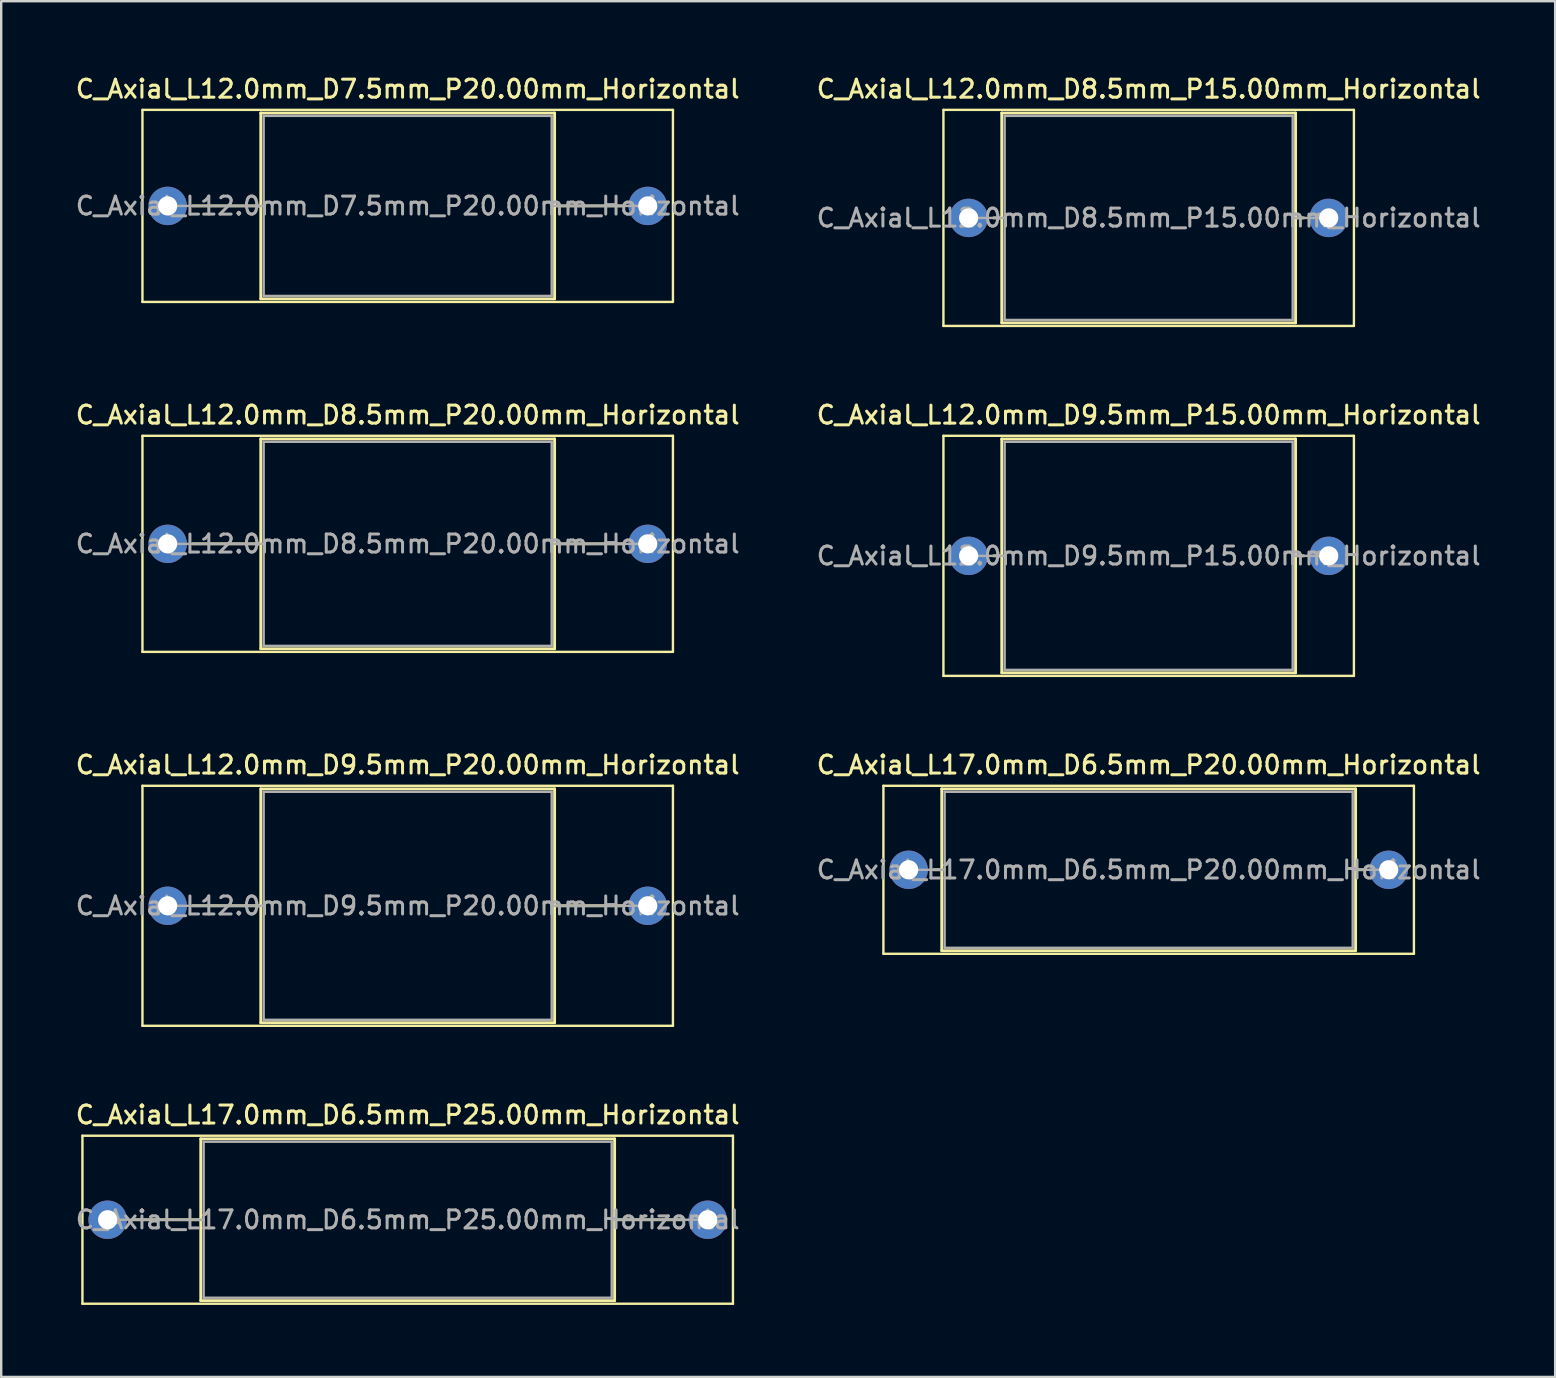
<source format=kicad_pcb>
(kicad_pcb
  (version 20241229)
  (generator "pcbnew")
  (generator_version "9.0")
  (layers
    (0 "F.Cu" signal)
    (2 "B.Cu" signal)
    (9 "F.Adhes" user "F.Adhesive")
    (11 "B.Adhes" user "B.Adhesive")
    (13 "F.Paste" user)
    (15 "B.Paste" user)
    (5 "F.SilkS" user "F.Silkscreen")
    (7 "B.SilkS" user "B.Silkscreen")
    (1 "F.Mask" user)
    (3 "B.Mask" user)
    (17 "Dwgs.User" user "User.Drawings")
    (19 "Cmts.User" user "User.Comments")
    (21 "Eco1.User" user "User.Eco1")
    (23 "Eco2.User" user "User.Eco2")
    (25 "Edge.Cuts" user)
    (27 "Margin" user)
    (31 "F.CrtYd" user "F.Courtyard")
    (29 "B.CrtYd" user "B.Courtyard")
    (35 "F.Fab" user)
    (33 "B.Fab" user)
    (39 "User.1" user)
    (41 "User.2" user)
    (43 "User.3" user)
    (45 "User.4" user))
  (footprint "C_Axial_L12.0mm_D8.5mm_P15.00mm_Horizontal"
    (layer "F.Cu")
    (at 37.302 6.028)
    (property "Reference" "C_Axial_L12.0mm_D8.5mm_P15.00mm_Horizontal" (at 7.5 -5.37 0) (layer "F.SilkS") (effects (font (size 0.75 0.75) (thickness 0.125))))
    (attr through_hole)
    (fp_line (start -1.05 -4.5) (end -1.05 4.5) (stroke (width 0.1) (type solid)) (layer "F.SilkS"))
    (fp_line (start -1.05 4.5) (end 16.05 4.5) (stroke (width 0.1) (type solid)) (layer "F.SilkS"))
    (fp_line (start 1.04 0) (end 1.38 0) (stroke (width 0.12) (type solid)) (layer "F.SilkS"))
    (fp_line (start 1.38 -4.37) (end 1.38 4.37) (stroke (width 0.12) (type solid)) (layer "F.SilkS"))
    (fp_line (start 1.38 4.37) (end 13.62 4.37) (stroke (width 0.12) (type solid)) (layer "F.SilkS"))
    (fp_line (start 13.62 -4.37) (end 1.38 -4.37) (stroke (width 0.12) (type solid)) (layer "F.SilkS"))
    (fp_line (start 13.62 4.37) (end 13.62 -4.37) (stroke (width 0.12) (type solid)) (layer "F.SilkS"))
    (fp_line (start 13.96 0) (end 13.62 0) (stroke (width 0.12) (type solid)) (layer "F.SilkS"))
    (fp_line (start 16.05 -4.5) (end -1.05 -4.5) (stroke (width 0.1) (type solid)) (layer "F.SilkS"))
    (fp_line (start 16.05 4.5) (end 16.05 -4.5) (stroke (width 0.1) (type solid)) (layer "F.SilkS"))
    (fp_line (start 0 0) (end 1.5 0) (stroke (width 0.1) (type solid)) (layer "F.Fab"))
    (fp_line (start 1.5 -4.25) (end 1.5 4.25) (stroke (width 0.1) (type solid)) (layer "F.Fab"))
    (fp_line (start 1.5 4.25) (end 13.5 4.25) (stroke (width 0.1) (type solid)) (layer "F.Fab"))
    (fp_line (start 13.5 -4.25) (end 1.5 -4.25) (stroke (width 0.1) (type solid)) (layer "F.Fab"))
    (fp_line (start 13.5 4.25) (end 13.5 -4.25) (stroke (width 0.1) (type solid)) (layer "F.Fab"))
    (fp_line (start 15 0) (end 13.5 0) (stroke (width 0.1) (type solid)) (layer "F.Fab"))
    (fp_text user "${REFERENCE}" (at 7.5 0 0) (layer "F.Fab") (effects (font (size 0.75 0.75) (thickness 0.125))))
    (pad "1" thru_hole circle (at 0 0) (size 1.6 1.6) (drill 0.8) (layers "*.Cu" "*.Mask"))
    (pad "2" thru_hole oval (at 15 0) (size 1.6 1.6) (drill 0.8) (layers "*.Cu" "*.Mask")))
  (footprint "C_Axial_L17.0mm_D6.5mm_P20.00mm_Horizontal"
    (layer "F.Cu")
    (at 34.802 33.184)
    (property "Reference" "C_Axial_L17.0mm_D6.5mm_P20.00mm_Horizontal" (at 10 -4.37 0) (layer "F.SilkS") (effects (font (size 0.75 0.75) (thickness 0.125))))
    (attr through_hole)
    (fp_line (start -1.05 -3.5) (end -1.05 3.5) (stroke (width 0.1) (type solid)) (layer "F.SilkS"))
    (fp_line (start -1.05 3.5) (end 21.05 3.5) (stroke (width 0.1) (type solid)) (layer "F.SilkS"))
    (fp_line (start 1.04 0) (end 1.38 0) (stroke (width 0.12) (type solid)) (layer "F.SilkS"))
    (fp_line (start 1.38 -3.37) (end 1.38 3.37) (stroke (width 0.12) (type solid)) (layer "F.SilkS"))
    (fp_line (start 1.38 3.37) (end 18.62 3.37) (stroke (width 0.12) (type solid)) (layer "F.SilkS"))
    (fp_line (start 18.62 -3.37) (end 1.38 -3.37) (stroke (width 0.12) (type solid)) (layer "F.SilkS"))
    (fp_line (start 18.62 3.37) (end 18.62 -3.37) (stroke (width 0.12) (type solid)) (layer "F.SilkS"))
    (fp_line (start 18.96 0) (end 18.62 0) (stroke (width 0.12) (type solid)) (layer "F.SilkS"))
    (fp_line (start 21.05 -3.5) (end -1.05 -3.5) (stroke (width 0.1) (type solid)) (layer "F.SilkS"))
    (fp_line (start 21.05 3.5) (end 21.05 -3.5) (stroke (width 0.1) (type solid)) (layer "F.SilkS"))
    (fp_line (start 0 0) (end 1.5 0) (stroke (width 0.1) (type solid)) (layer "F.Fab"))
    (fp_line (start 1.5 -3.25) (end 1.5 3.25) (stroke (width 0.1) (type solid)) (layer "F.Fab"))
    (fp_line (start 1.5 3.25) (end 18.5 3.25) (stroke (width 0.1) (type solid)) (layer "F.Fab"))
    (fp_line (start 18.5 -3.25) (end 1.5 -3.25) (stroke (width 0.1) (type solid)) (layer "F.Fab"))
    (fp_line (start 18.5 3.25) (end 18.5 -3.25) (stroke (width 0.1) (type solid)) (layer "F.Fab"))
    (fp_line (start 20 0) (end 18.5 0) (stroke (width 0.1) (type solid)) (layer "F.Fab"))
    (fp_text user "${REFERENCE}" (at 10 0 0) (layer "F.Fab") (effects (font (size 0.75 0.75) (thickness 0.125))))
    (pad "1" thru_hole circle (at 0 0) (size 1.6 1.6) (drill 0.8) (layers "*.Cu" "*.Mask"))
    (pad "2" thru_hole oval (at 20 0) (size 1.6 1.6) (drill 0.8) (layers "*.Cu" "*.Mask")))
  (footprint "C_Axial_L12.0mm_D8.5mm_P20.00mm_Horizontal"
    (layer "F.Cu")
    (at 3.934 19.606)
    (property "Reference" "C_Axial_L12.0mm_D8.5mm_P20.00mm_Horizontal" (at 10 -5.37 0) (layer "F.SilkS") (effects (font (size 0.75 0.75) (thickness 0.125))))
    (attr through_hole)
    (fp_line (start -1.05 -4.5) (end -1.05 4.5) (stroke (width 0.1) (type solid)) (layer "F.SilkS"))
    (fp_line (start -1.05 4.5) (end 21.05 4.5) (stroke (width 0.1) (type solid)) (layer "F.SilkS"))
    (fp_line (start 1.04 0) (end 3.88 0) (stroke (width 0.12) (type solid)) (layer "F.SilkS"))
    (fp_line (start 3.88 -4.37) (end 3.88 4.37) (stroke (width 0.12) (type solid)) (layer "F.SilkS"))
    (fp_line (start 3.88 4.37) (end 16.12 4.37) (stroke (width 0.12) (type solid)) (layer "F.SilkS"))
    (fp_line (start 16.12 -4.37) (end 3.88 -4.37) (stroke (width 0.12) (type solid)) (layer "F.SilkS"))
    (fp_line (start 16.12 4.37) (end 16.12 -4.37) (stroke (width 0.12) (type solid)) (layer "F.SilkS"))
    (fp_line (start 18.96 0) (end 16.12 0) (stroke (width 0.12) (type solid)) (layer "F.SilkS"))
    (fp_line (start 21.05 -4.5) (end -1.05 -4.5) (stroke (width 0.1) (type solid)) (layer "F.SilkS"))
    (fp_line (start 21.05 4.5) (end 21.05 -4.5) (stroke (width 0.1) (type solid)) (layer "F.SilkS"))
    (fp_line (start 0 0) (end 4 0) (stroke (width 0.1) (type solid)) (layer "F.Fab"))
    (fp_line (start 4 -4.25) (end 4 4.25) (stroke (width 0.1) (type solid)) (layer "F.Fab"))
    (fp_line (start 4 4.25) (end 16 4.25) (stroke (width 0.1) (type solid)) (layer "F.Fab"))
    (fp_line (start 16 -4.25) (end 4 -4.25) (stroke (width 0.1) (type solid)) (layer "F.Fab"))
    (fp_line (start 16 4.25) (end 16 -4.25) (stroke (width 0.1) (type solid)) (layer "F.Fab"))
    (fp_line (start 20 0) (end 16 0) (stroke (width 0.1) (type solid)) (layer "F.Fab"))
    (fp_text user "${REFERENCE}" (at 10 0 0) (layer "F.Fab") (effects (font (size 0.75 0.75) (thickness 0.125))))
    (pad "1" thru_hole circle (at 0 0) (size 1.6 1.6) (drill 0.8) (layers "*.Cu" "*.Mask"))
    (pad "2" thru_hole oval (at 20 0) (size 1.6 1.6) (drill 0.8) (layers "*.Cu" "*.Mask")))
  (footprint "C_Axial_L17.0mm_D6.5mm_P25.00mm_Horizontal"
    (layer "F.Cu")
    (at 1.434 47.763)
    (property "Reference" "C_Axial_L17.0mm_D6.5mm_P25.00mm_Horizontal" (at 12.5 -4.37 0) (layer "F.SilkS") (effects (font (size 0.75 0.75) (thickness 0.125))))
    (attr through_hole)
    (fp_line (start -1.05 -3.5) (end -1.05 3.5) (stroke (width 0.1) (type solid)) (layer "F.SilkS"))
    (fp_line (start -1.05 3.5) (end 26.05 3.5) (stroke (width 0.1) (type solid)) (layer "F.SilkS"))
    (fp_line (start 1.04 0) (end 3.88 0) (stroke (width 0.12) (type solid)) (layer "F.SilkS"))
    (fp_line (start 3.88 -3.37) (end 3.88 3.37) (stroke (width 0.12) (type solid)) (layer "F.SilkS"))
    (fp_line (start 3.88 3.37) (end 21.12 3.37) (stroke (width 0.12) (type solid)) (layer "F.SilkS"))
    (fp_line (start 21.12 -3.37) (end 3.88 -3.37) (stroke (width 0.12) (type solid)) (layer "F.SilkS"))
    (fp_line (start 21.12 3.37) (end 21.12 -3.37) (stroke (width 0.12) (type solid)) (layer "F.SilkS"))
    (fp_line (start 23.96 0) (end 21.12 0) (stroke (width 0.12) (type solid)) (layer "F.SilkS"))
    (fp_line (start 26.05 -3.5) (end -1.05 -3.5) (stroke (width 0.1) (type solid)) (layer "F.SilkS"))
    (fp_line (start 26.05 3.5) (end 26.05 -3.5) (stroke (width 0.1) (type solid)) (layer "F.SilkS"))
    (fp_line (start 0 0) (end 4 0) (stroke (width 0.1) (type solid)) (layer "F.Fab"))
    (fp_line (start 4 -3.25) (end 4 3.25) (stroke (width 0.1) (type solid)) (layer "F.Fab"))
    (fp_line (start 4 3.25) (end 21 3.25) (stroke (width 0.1) (type solid)) (layer "F.Fab"))
    (fp_line (start 21 -3.25) (end 4 -3.25) (stroke (width 0.1) (type solid)) (layer "F.Fab"))
    (fp_line (start 21 3.25) (end 21 -3.25) (stroke (width 0.1) (type solid)) (layer "F.Fab"))
    (fp_line (start 25 0) (end 21 0) (stroke (width 0.1) (type solid)) (layer "F.Fab"))
    (fp_text user "${REFERENCE}" (at 12.5 0 0) (layer "F.Fab") (effects (font (size 0.75 0.75) (thickness 0.125))))
    (pad "1" thru_hole circle (at 0 0) (size 1.6 1.6) (drill 0.8) (layers "*.Cu" "*.Mask"))
    (pad "2" thru_hole oval (at 25 0) (size 1.6 1.6) (drill 0.8) (layers "*.Cu" "*.Mask")))
  (footprint "C_Axial_L12.0mm_D7.5mm_P20.00mm_Horizontal"
    (layer "F.Cu")
    (at 3.934 5.528)
    (property "Reference" "C_Axial_L12.0mm_D7.5mm_P20.00mm_Horizontal" (at 10 -4.87 0) (layer "F.SilkS") (effects (font (size 0.75 0.75) (thickness 0.125))))
    (attr through_hole)
    (fp_line (start -1.05 -4) (end -1.05 4) (stroke (width 0.1) (type solid)) (layer "F.SilkS"))
    (fp_line (start -1.05 4) (end 21.05 4) (stroke (width 0.1) (type solid)) (layer "F.SilkS"))
    (fp_line (start 1.04 0) (end 3.88 0) (stroke (width 0.12) (type solid)) (layer "F.SilkS"))
    (fp_line (start 3.88 -3.87) (end 3.88 3.87) (stroke (width 0.12) (type solid)) (layer "F.SilkS"))
    (fp_line (start 3.88 3.87) (end 16.12 3.87) (stroke (width 0.12) (type solid)) (layer "F.SilkS"))
    (fp_line (start 16.12 -3.87) (end 3.88 -3.87) (stroke (width 0.12) (type solid)) (layer "F.SilkS"))
    (fp_line (start 16.12 3.87) (end 16.12 -3.87) (stroke (width 0.12) (type solid)) (layer "F.SilkS"))
    (fp_line (start 18.96 0) (end 16.12 0) (stroke (width 0.12) (type solid)) (layer "F.SilkS"))
    (fp_line (start 21.05 -4) (end -1.05 -4) (stroke (width 0.1) (type solid)) (layer "F.SilkS"))
    (fp_line (start 21.05 4) (end 21.05 -4) (stroke (width 0.1) (type solid)) (layer "F.SilkS"))
    (fp_line (start 0 0) (end 4 0) (stroke (width 0.1) (type solid)) (layer "F.Fab"))
    (fp_line (start 4 -3.75) (end 4 3.75) (stroke (width 0.1) (type solid)) (layer "F.Fab"))
    (fp_line (start 4 3.75) (end 16 3.75) (stroke (width 0.1) (type solid)) (layer "F.Fab"))
    (fp_line (start 16 -3.75) (end 4 -3.75) (stroke (width 0.1) (type solid)) (layer "F.Fab"))
    (fp_line (start 16 3.75) (end 16 -3.75) (stroke (width 0.1) (type solid)) (layer "F.Fab"))
    (fp_line (start 20 0) (end 16 0) (stroke (width 0.1) (type solid)) (layer "F.Fab"))
    (fp_text user "${REFERENCE}" (at 10 0 0) (layer "F.Fab") (effects (font (size 0.75 0.75) (thickness 0.125))))
    (pad "1" thru_hole circle (at 0 0) (size 1.6 1.6) (drill 0.8) (layers "*.Cu" "*.Mask"))
    (pad "2" thru_hole oval (at 20 0) (size 1.6 1.6) (drill 0.8) (layers "*.Cu" "*.Mask")))
  (footprint "C_Axial_L12.0mm_D9.5mm_P20.00mm_Horizontal"
    (layer "F.Cu")
    (at 3.934 34.684)
    (property "Reference" "C_Axial_L12.0mm_D9.5mm_P20.00mm_Horizontal" (at 10 -5.87 0) (layer "F.SilkS") (effects (font (size 0.75 0.75) (thickness 0.125))))
    (attr through_hole)
    (fp_line (start -1.05 -5) (end -1.05 5) (stroke (width 0.1) (type solid)) (layer "F.SilkS"))
    (fp_line (start -1.05 5) (end 21.05 5) (stroke (width 0.1) (type solid)) (layer "F.SilkS"))
    (fp_line (start 1.04 0) (end 3.88 0) (stroke (width 0.12) (type solid)) (layer "F.SilkS"))
    (fp_line (start 3.88 -4.87) (end 3.88 4.87) (stroke (width 0.12) (type solid)) (layer "F.SilkS"))
    (fp_line (start 3.88 4.87) (end 16.12 4.87) (stroke (width 0.12) (type solid)) (layer "F.SilkS"))
    (fp_line (start 16.12 -4.87) (end 3.88 -4.87) (stroke (width 0.12) (type solid)) (layer "F.SilkS"))
    (fp_line (start 16.12 4.87) (end 16.12 -4.87) (stroke (width 0.12) (type solid)) (layer "F.SilkS"))
    (fp_line (start 18.96 0) (end 16.12 0) (stroke (width 0.12) (type solid)) (layer "F.SilkS"))
    (fp_line (start 21.05 -5) (end -1.05 -5) (stroke (width 0.1) (type solid)) (layer "F.SilkS"))
    (fp_line (start 21.05 5) (end 21.05 -5) (stroke (width 0.1) (type solid)) (layer "F.SilkS"))
    (fp_line (start 0 0) (end 4 0) (stroke (width 0.1) (type solid)) (layer "F.Fab"))
    (fp_line (start 4 -4.75) (end 4 4.75) (stroke (width 0.1) (type solid)) (layer "F.Fab"))
    (fp_line (start 4 4.75) (end 16 4.75) (stroke (width 0.1) (type solid)) (layer "F.Fab"))
    (fp_line (start 16 -4.75) (end 4 -4.75) (stroke (width 0.1) (type solid)) (layer "F.Fab"))
    (fp_line (start 16 4.75) (end 16 -4.75) (stroke (width 0.1) (type solid)) (layer "F.Fab"))
    (fp_line (start 20 0) (end 16 0) (stroke (width 0.1) (type solid)) (layer "F.Fab"))
    (fp_text user "${REFERENCE}" (at 10 0 0) (layer "F.Fab") (effects (font (size 0.75 0.75) (thickness 0.125))))
    (pad "1" thru_hole circle (at 0 0) (size 1.6 1.6) (drill 0.8) (layers "*.Cu" "*.Mask"))
    (pad "2" thru_hole oval (at 20 0) (size 1.6 1.6) (drill 0.8) (layers "*.Cu" "*.Mask")))
  (footprint "C_Axial_L12.0mm_D9.5mm_P15.00mm_Horizontal"
    (layer "F.Cu")
    (at 37.302 20.106)
    (property "Reference" "C_Axial_L12.0mm_D9.5mm_P15.00mm_Horizontal" (at 7.5 -5.87 0) (layer "F.SilkS") (effects (font (size 0.75 0.75) (thickness 0.125))))
    (attr through_hole)
    (fp_line (start -1.05 -5) (end -1.05 5) (stroke (width 0.1) (type solid)) (layer "F.SilkS"))
    (fp_line (start -1.05 5) (end 16.05 5) (stroke (width 0.1) (type solid)) (layer "F.SilkS"))
    (fp_line (start 1.04 0) (end 1.38 0) (stroke (width 0.12) (type solid)) (layer "F.SilkS"))
    (fp_line (start 1.38 -4.87) (end 1.38 4.87) (stroke (width 0.12) (type solid)) (layer "F.SilkS"))
    (fp_line (start 1.38 4.87) (end 13.62 4.87) (stroke (width 0.12) (type solid)) (layer "F.SilkS"))
    (fp_line (start 13.62 -4.87) (end 1.38 -4.87) (stroke (width 0.12) (type solid)) (layer "F.SilkS"))
    (fp_line (start 13.62 4.87) (end 13.62 -4.87) (stroke (width 0.12) (type solid)) (layer "F.SilkS"))
    (fp_line (start 13.96 0) (end 13.62 0) (stroke (width 0.12) (type solid)) (layer "F.SilkS"))
    (fp_line (start 16.05 -5) (end -1.05 -5) (stroke (width 0.1) (type solid)) (layer "F.SilkS"))
    (fp_line (start 16.05 5) (end 16.05 -5) (stroke (width 0.1) (type solid)) (layer "F.SilkS"))
    (fp_line (start 0 0) (end 1.5 0) (stroke (width 0.1) (type solid)) (layer "F.Fab"))
    (fp_line (start 1.5 -4.75) (end 1.5 4.75) (stroke (width 0.1) (type solid)) (layer "F.Fab"))
    (fp_line (start 1.5 4.75) (end 13.5 4.75) (stroke (width 0.1) (type solid)) (layer "F.Fab"))
    (fp_line (start 13.5 -4.75) (end 1.5 -4.75) (stroke (width 0.1) (type solid)) (layer "F.Fab"))
    (fp_line (start 13.5 4.75) (end 13.5 -4.75) (stroke (width 0.1) (type solid)) (layer "F.Fab"))
    (fp_line (start 15 0) (end 13.5 0) (stroke (width 0.1) (type solid)) (layer "F.Fab"))
    (fp_text user "${REFERENCE}" (at 7.5 0 0) (layer "F.Fab") (effects (font (size 0.75 0.75) (thickness 0.125))))
    (pad "1" thru_hole circle (at 0 0) (size 1.6 1.6) (drill 0.8) (layers "*.Cu" "*.Mask"))
    (pad "2" thru_hole oval (at 15 0) (size 1.6 1.6) (drill 0.8) (layers "*.Cu" "*.Mask")))
  (gr_rect
    (start -3 -3)
    (end 61.736 54.312)
    (stroke (width 0.1) (type default))
    (fill no)
    (layer "Edge.Cuts")))
</source>
